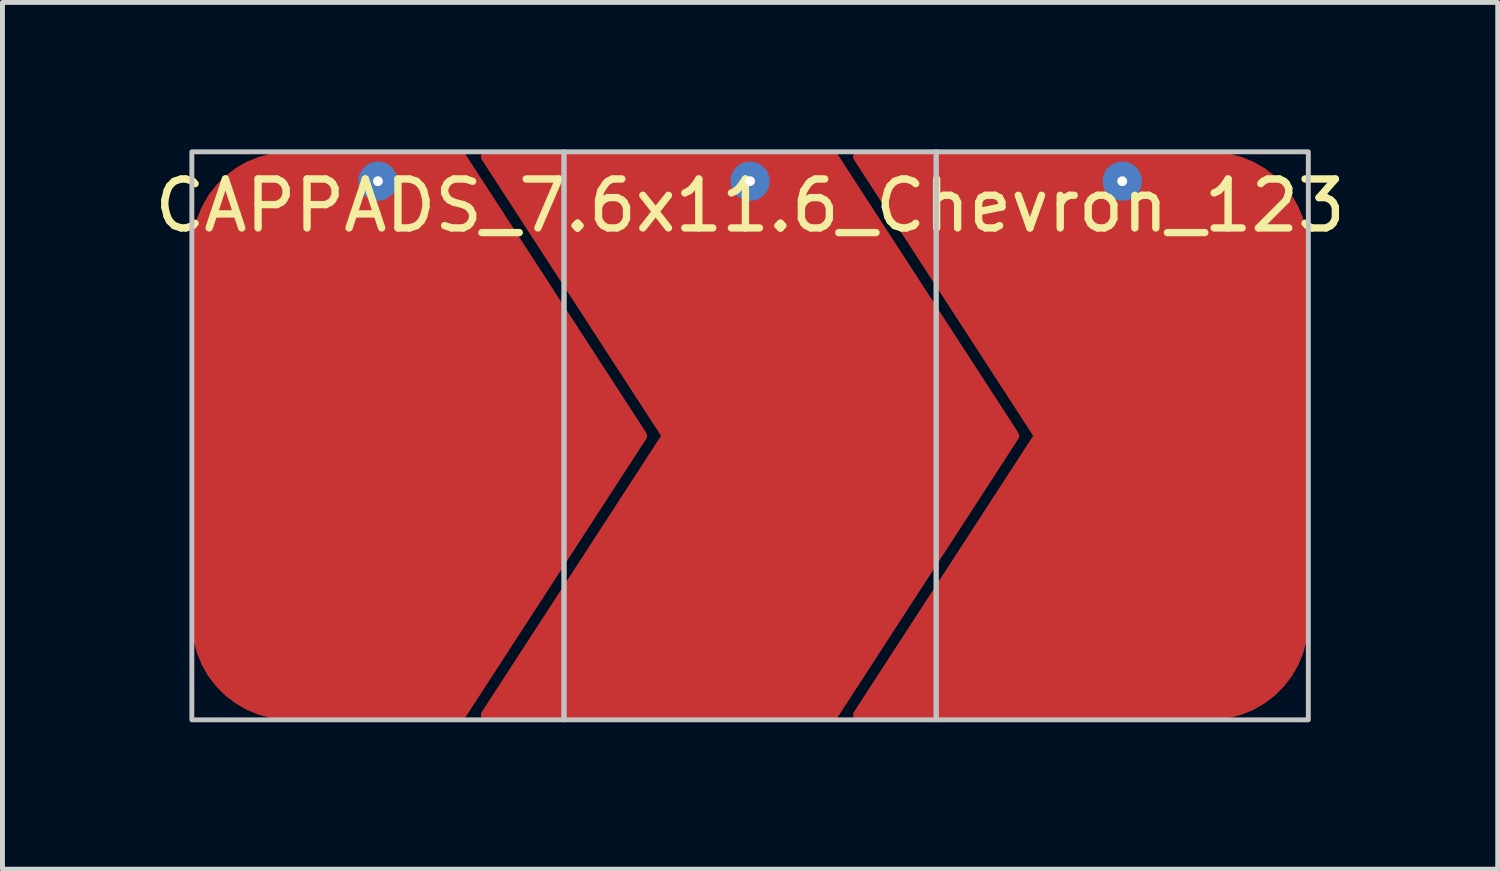
<source format=kicad_pcb>
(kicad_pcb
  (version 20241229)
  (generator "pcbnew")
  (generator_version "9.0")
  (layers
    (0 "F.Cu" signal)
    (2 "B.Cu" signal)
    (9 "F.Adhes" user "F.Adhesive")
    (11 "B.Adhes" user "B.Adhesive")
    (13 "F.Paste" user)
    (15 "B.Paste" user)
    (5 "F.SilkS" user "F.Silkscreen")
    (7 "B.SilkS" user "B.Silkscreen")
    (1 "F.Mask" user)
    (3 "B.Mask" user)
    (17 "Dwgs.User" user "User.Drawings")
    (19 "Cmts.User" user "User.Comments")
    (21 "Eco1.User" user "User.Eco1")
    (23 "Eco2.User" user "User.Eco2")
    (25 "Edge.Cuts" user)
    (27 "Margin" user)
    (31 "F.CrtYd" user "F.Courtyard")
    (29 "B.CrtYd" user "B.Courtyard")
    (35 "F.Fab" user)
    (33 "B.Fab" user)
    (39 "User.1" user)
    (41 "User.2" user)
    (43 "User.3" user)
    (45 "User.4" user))
  (footprint "CAPPADS_7.6x11.6_Chevron_123"
    (layer "F.Cu")
    (at 12.268 5.85)
    (property "Reference" "CAPPADS_7.6x11.6_Chevron_123" (at 0 -4.7 0) (unlocked yes) (layer "F.SilkS") (effects (font (size 1 1) (thickness 0.15))))
    (attr through_hole)
    (fp_rect (start -11.4 -5.8) (end -3.8 5.8) (stroke (width 0.1) (type solid)) (fill no) (layer "Dwgs.User"))
    (fp_rect (start -3.8 -5.8) (end 3.8 5.8) (stroke (width 0.1) (type solid)) (fill no) (layer "Dwgs.User"))
    (fp_rect (start 3.8 -5.8) (end 11.4 5.8) (stroke (width 0.1) (type solid)) (fill no) (layer "Dwgs.User"))
    (pad "1" thru_hole circle (at -7.6 -5.2) (size 0.8 0.8) (drill 0.2) (layers "*.Cu"))
    (pad "1" smd custom (at -7.6 0) (size 0.8 0.8) (layers "F.Cu") (options (anchor rect)) (primitives (gr_poly (pts (xy -1.8 -5.7) (xy 1.7 -5.7) (xy 5.4 0) (xy 1.7 5.7) (xy -1.8 5.7) (xy -3.7 3.8) (xy -3.7 -3.8)) (width 0.2) (fill yes)) (gr_circle (center -1.8 -3.8) (end 0.1 -3.8) (width 0.2) (fill yes)) (gr_circle (center -1.8 3.8) (end 0.1 3.8) (width 0.2) (fill yes))))
    (pad "2" thru_hole circle (at 0 -5.2) (size 0.8 0.8) (drill 0.2) (layers "*.Cu"))
    (pad "2" smd custom (at 0 0) (size 0.8 0.8) (layers "F.Cu") (options (anchor rect)) (primitives (gr_poly (pts (xy -5.4 -5.7) (xy 1.7 -5.7) (xy 5.4 0) (xy 1.7 5.7) (xy -5.4 5.7) (xy -1.7 0)) (width 0.2) (fill yes))))
    (pad "3" thru_hole circle (at 7.6 -5.2) (size 0.8 0.8) (drill 0.2) (layers "*.Cu"))
    (pad "3" smd custom (at 7.6 0) (size 0.8 0.8) (layers "F.Cu") (options (anchor rect)) (primitives (gr_poly (pts (xy -5.4 -5.7) (xy 1.8 -5.7) (xy 3.7 -3.8) (xy 3.7 3.8) (xy 1.8 5.7) (xy -5.4 5.7) (xy -1.7 0)) (width 0.2) (fill yes)) (gr_circle (center 1.8 3.8) (end 3.7 3.8) (width 0.2) (fill yes)) (gr_circle (center 1.8 -3.8) (end 3.7 -3.8) (width 0.2) (fill yes)))))
  (gr_rect
    (start -3 -3)
    (end 27.536 14.7)
    (stroke (width 0.1) (type default))
    (fill no)
    (layer "Edge.Cuts")))
</source>
